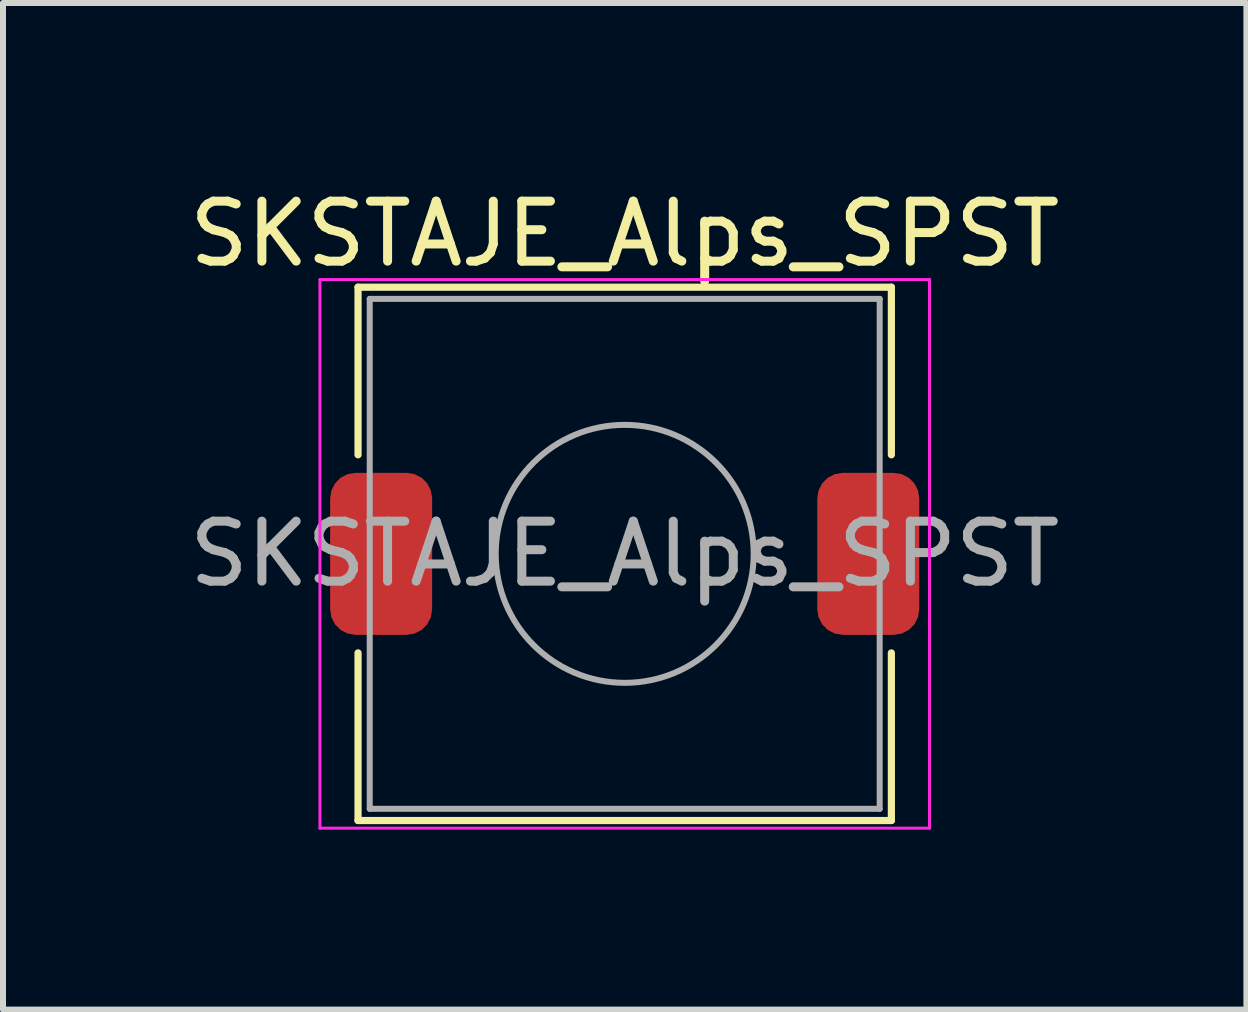
<source format=kicad_pcb>
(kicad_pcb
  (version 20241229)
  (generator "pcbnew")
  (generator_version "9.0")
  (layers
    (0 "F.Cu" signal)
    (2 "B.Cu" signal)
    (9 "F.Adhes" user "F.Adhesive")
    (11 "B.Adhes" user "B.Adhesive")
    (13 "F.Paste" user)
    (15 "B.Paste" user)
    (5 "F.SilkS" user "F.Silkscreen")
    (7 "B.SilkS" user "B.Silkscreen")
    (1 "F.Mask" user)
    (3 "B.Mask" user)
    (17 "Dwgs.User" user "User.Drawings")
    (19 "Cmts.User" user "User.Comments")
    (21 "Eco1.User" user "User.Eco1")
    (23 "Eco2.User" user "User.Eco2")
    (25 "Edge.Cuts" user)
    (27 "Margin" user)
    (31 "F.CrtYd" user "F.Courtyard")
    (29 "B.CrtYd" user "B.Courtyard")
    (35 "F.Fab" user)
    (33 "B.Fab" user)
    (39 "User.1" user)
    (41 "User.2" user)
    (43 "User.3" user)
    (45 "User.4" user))
  (footprint "SKSTAJE_Alps_SPST"
    (layer "F.Cu")
    (at 7.363 6.182)
    (property "Reference" "SKSTAJE_Alps_SPST" (at 0 -5.334 0) (layer "F.SilkS") (effects (font (size 1 1) (thickness 0.15))))
    (attr smd)
    (fp_line (start -4.445 -4.445) (end 4.445 -4.445) (stroke (width 0.12) (type solid)) (layer "F.SilkS"))
    (fp_line (start -4.445 -1.651) (end -4.445 -4.445) (stroke (width 0.12) (type solid)) (layer "F.SilkS"))
    (fp_line (start -4.445 4.445) (end -4.445 1.651) (stroke (width 0.12) (type solid)) (layer "F.SilkS"))
    (fp_line (start 4.445 -4.445) (end 4.445 -1.651) (stroke (width 0.12) (type solid)) (layer "F.SilkS"))
    (fp_line (start 4.445 1.651) (end 4.445 4.445) (stroke (width 0.12) (type solid)) (layer "F.SilkS"))
    (fp_line (start 4.445 4.445) (end -4.445 4.445) (stroke (width 0.12) (type solid)) (layer "F.SilkS"))
    (fp_line (start -5.08 -4.572) (end 5.08 -4.572) (stroke (width 0.05) (type solid)) (layer "F.CrtYd"))
    (fp_line (start -5.08 4.572) (end -5.08 -4.572) (stroke (width 0.05) (type solid)) (layer "F.CrtYd"))
    (fp_line (start 5.08 -4.572) (end 5.08 4.572) (stroke (width 0.05) (type solid)) (layer "F.CrtYd"))
    (fp_line (start 5.08 4.572) (end -5.08 4.572) (stroke (width 0.05) (type solid)) (layer "F.CrtYd"))
    (fp_line (start -4.25 -4.25) (end 4.25 -4.25) (stroke (width 0.1) (type solid)) (layer "F.Fab"))
    (fp_line (start -4.25 4.25) (end -4.25 -4.25) (stroke (width 0.1) (type solid)) (layer "F.Fab"))
    (fp_line (start 4.25 -4.25) (end 4.25 4.25) (stroke (width 0.1) (type solid)) (layer "F.Fab"))
    (fp_line (start 4.25 4.25) (end -4.25 4.25) (stroke (width 0.1) (type solid)) (layer "F.Fab"))
    (fp_circle (center 0 0) (end 2.15 0) (stroke (width 0.1) (type solid)) (fill no) (layer "F.Fab"))
    (fp_text user "${REFERENCE}" (at 0 0 0) (layer "F.Fab") (effects (font (size 1 1) (thickness 0.15))))
    (pad "1" smd roundrect (at -4.06 0) (size 1.7 2.7) (layers "F.Cu" "F.Mask" "F.Paste") (roundrect_rratio 0.25))
    (pad "2" smd roundrect (at 4.06 0) (size 1.7 2.7) (layers "F.Cu" "F.Mask" "F.Paste") (roundrect_rratio 0.25)))
  (gr_rect
    (start -3 -3)
    (end 17.726 13.779)
    (stroke (width 0.1) (type default))
    (fill no)
    (layer "Edge.Cuts")))
</source>
